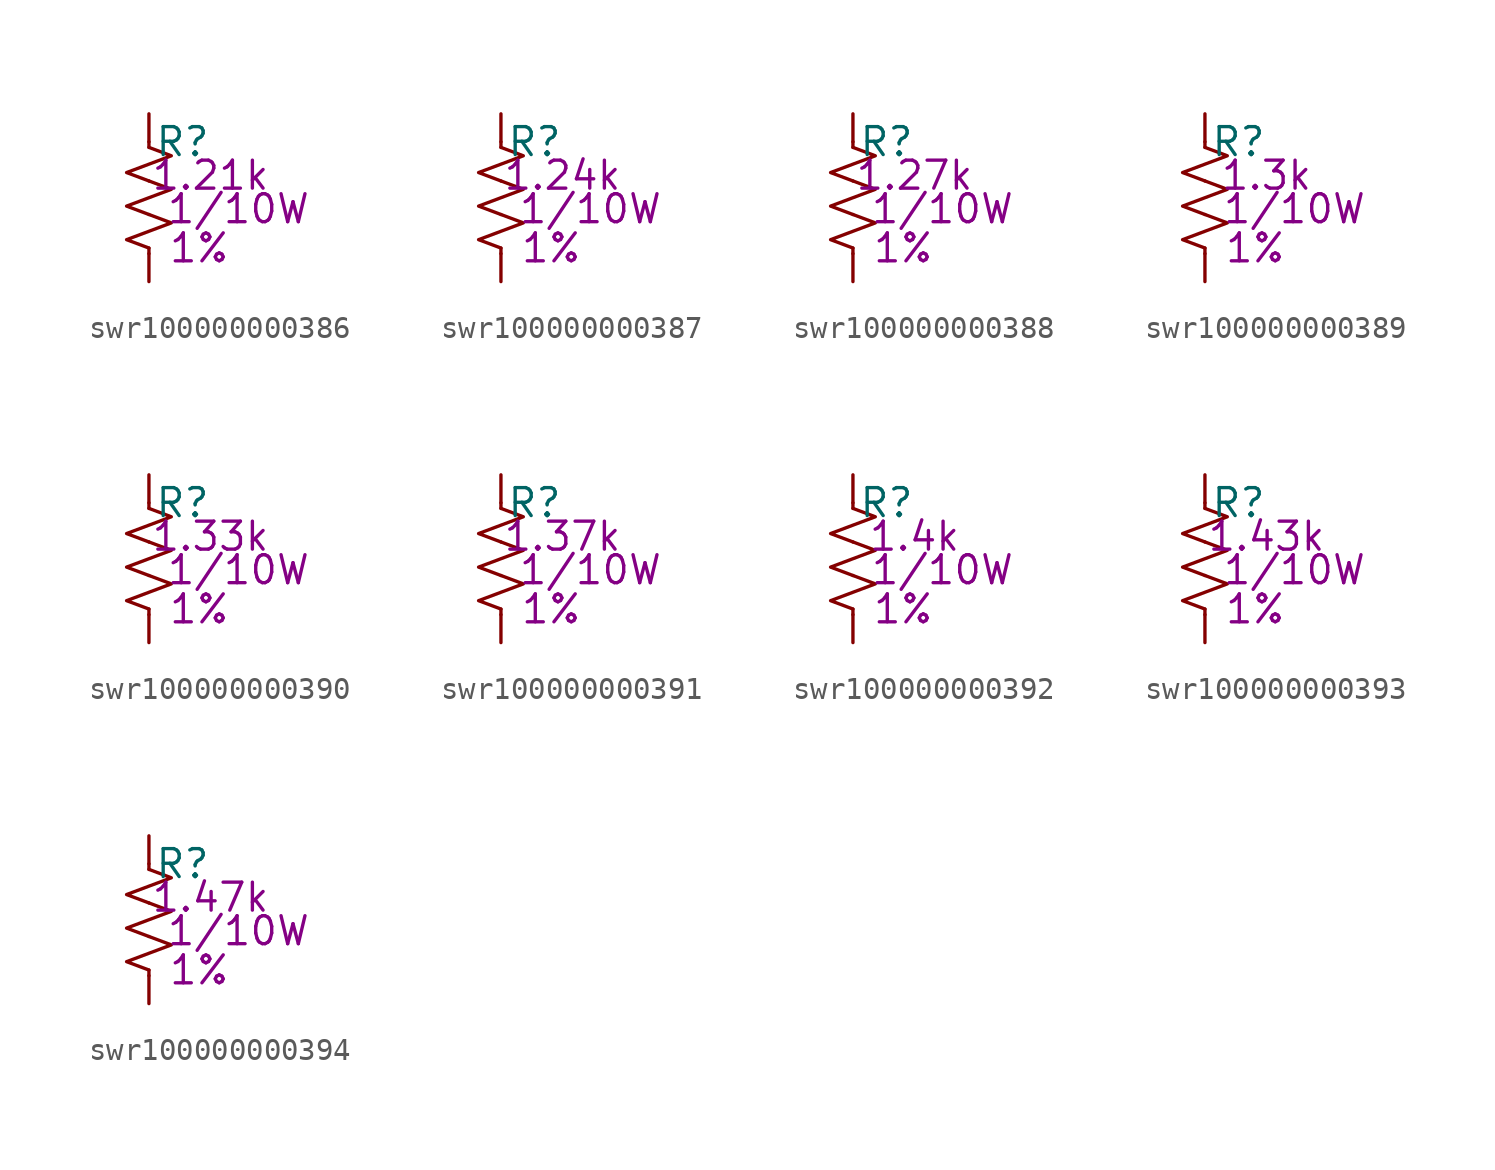
<source format=kicad_sym>
(kicad_symbol_lib
  (version 20211014)
  (generator kicad_symbol_editor)
  (symbol "swr100000000386"
    (pin_numbers hide)
    (pin_names
      (offset 1.016))
    (property "Reference" "R"
      (at 1.524 2.54 0)
      (effects (font (size 1.27 1.27))))
    (property "Tolerance" "1%"
      (at 2.286 -2.286 0)
      (effects (font (size 1.27 1.27))))
    (property "Wattage" "1/10W"
      (at 4.064 -0.508 0)
      (effects (font (size 1.27 1.27))))
    (property "PartValue" "1.21k"
      (at 2.794 1.016 0)
      (effects (font (size 1.27 1.27))))
    (symbol "swr100000000386_1_1"
      (polyline (pts (xy 0 -2.286) (xy 0 -2.54)) (stroke (width 0) (type default) (color 0 0 0 0)) (fill (type none)))
      (polyline (pts (xy 0 2.286) (xy 0 2.54)) (stroke (width 0) (type default) (color 0 0 0 0)) (fill (type none)))
      (polyline (pts (xy 0 -0.762) (xy 1.016 -1.143) (xy 0 -1.524) (xy -1.016 -1.905) (xy 0 -2.286)) (stroke (width 0) (type default) (color 0 0 0 0)) (fill (type none)))
      (polyline (pts (xy 0 0.762) (xy 1.016 0.381) (xy 0 0) (xy -1.016 -0.381) (xy 0 -0.762)) (stroke (width 0) (type default) (color 0 0 0 0)) (fill (type none)))
      (polyline (pts (xy 0 2.286) (xy 1.016 1.905) (xy 0 1.524) (xy -1.016 1.143) (xy 0 0.762)) (stroke (width 0) (type default) (color 0 0 0 0)) (fill (type none)))
      (pin passive line (at 0 3.81 270) (length 1.27) (name "~" (effects (font (size 1.27 1.27)))) (number "1" (effects (font (size 1.27 1.27)))))
      (pin passive line (at 0 -3.81 90) (length 1.27) (name "~" (effects (font (size 1.27 1.27)))) (number "2" (effects (font (size 1.27 1.27)))))))
  (symbol "swr100000000387"
    (pin_numbers hide)
    (pin_names
      (offset 1.016))
    (property "Reference" "R"
      (at 1.524 2.54 0)
      (effects (font (size 1.27 1.27))))
    (property "Tolerance" "1%"
      (at 2.286 -2.286 0)
      (effects (font (size 1.27 1.27))))
    (property "Wattage" "1/10W"
      (at 4.064 -0.508 0)
      (effects (font (size 1.27 1.27))))
    (property "PartValue" "1.24k"
      (at 2.794 1.016 0)
      (effects (font (size 1.27 1.27))))
    (symbol "swr100000000387_1_1"
      (polyline (pts (xy 0 -2.286) (xy 0 -2.54)) (stroke (width 0) (type default) (color 0 0 0 0)) (fill (type none)))
      (polyline (pts (xy 0 2.286) (xy 0 2.54)) (stroke (width 0) (type default) (color 0 0 0 0)) (fill (type none)))
      (polyline (pts (xy 0 -0.762) (xy 1.016 -1.143) (xy 0 -1.524) (xy -1.016 -1.905) (xy 0 -2.286)) (stroke (width 0) (type default) (color 0 0 0 0)) (fill (type none)))
      (polyline (pts (xy 0 0.762) (xy 1.016 0.381) (xy 0 0) (xy -1.016 -0.381) (xy 0 -0.762)) (stroke (width 0) (type default) (color 0 0 0 0)) (fill (type none)))
      (polyline (pts (xy 0 2.286) (xy 1.016 1.905) (xy 0 1.524) (xy -1.016 1.143) (xy 0 0.762)) (stroke (width 0) (type default) (color 0 0 0 0)) (fill (type none)))
      (pin passive line (at 0 3.81 270) (length 1.27) (name "~" (effects (font (size 1.27 1.27)))) (number "1" (effects (font (size 1.27 1.27)))))
      (pin passive line (at 0 -3.81 90) (length 1.27) (name "~" (effects (font (size 1.27 1.27)))) (number "2" (effects (font (size 1.27 1.27)))))))
  (symbol "swr100000000388"
    (pin_numbers hide)
    (pin_names
      (offset 1.016))
    (property "Reference" "R"
      (at 1.524 2.54 0)
      (effects (font (size 1.27 1.27))))
    (property "Tolerance" "1%"
      (at 2.286 -2.286 0)
      (effects (font (size 1.27 1.27))))
    (property "Wattage" "1/10W"
      (at 4.064 -0.508 0)
      (effects (font (size 1.27 1.27))))
    (property "PartValue" "1.27k"
      (at 2.794 1.016 0)
      (effects (font (size 1.27 1.27))))
    (symbol "swr100000000388_1_1"
      (polyline (pts (xy 0 -2.286) (xy 0 -2.54)) (stroke (width 0) (type default) (color 0 0 0 0)) (fill (type none)))
      (polyline (pts (xy 0 2.286) (xy 0 2.54)) (stroke (width 0) (type default) (color 0 0 0 0)) (fill (type none)))
      (polyline (pts (xy 0 -0.762) (xy 1.016 -1.143) (xy 0 -1.524) (xy -1.016 -1.905) (xy 0 -2.286)) (stroke (width 0) (type default) (color 0 0 0 0)) (fill (type none)))
      (polyline (pts (xy 0 0.762) (xy 1.016 0.381) (xy 0 0) (xy -1.016 -0.381) (xy 0 -0.762)) (stroke (width 0) (type default) (color 0 0 0 0)) (fill (type none)))
      (polyline (pts (xy 0 2.286) (xy 1.016 1.905) (xy 0 1.524) (xy -1.016 1.143) (xy 0 0.762)) (stroke (width 0) (type default) (color 0 0 0 0)) (fill (type none)))
      (pin passive line (at 0 3.81 270) (length 1.27) (name "~" (effects (font (size 1.27 1.27)))) (number "1" (effects (font (size 1.27 1.27)))))
      (pin passive line (at 0 -3.81 90) (length 1.27) (name "~" (effects (font (size 1.27 1.27)))) (number "2" (effects (font (size 1.27 1.27)))))))
  (symbol "swr100000000389"
    (pin_numbers hide)
    (pin_names
      (offset 1.016))
    (property "Reference" "R"
      (at 1.524 2.54 0)
      (effects (font (size 1.27 1.27))))
    (property "Tolerance" "1%"
      (at 2.286 -2.286 0)
      (effects (font (size 1.27 1.27))))
    (property "Wattage" "1/10W"
      (at 4.064 -0.508 0)
      (effects (font (size 1.27 1.27))))
    (property "PartValue" "1.3k"
      (at 2.794 1.016 0)
      (effects (font (size 1.27 1.27))))
    (symbol "swr100000000389_1_1"
      (polyline (pts (xy 0 -2.286) (xy 0 -2.54)) (stroke (width 0) (type default) (color 0 0 0 0)) (fill (type none)))
      (polyline (pts (xy 0 2.286) (xy 0 2.54)) (stroke (width 0) (type default) (color 0 0 0 0)) (fill (type none)))
      (polyline (pts (xy 0 -0.762) (xy 1.016 -1.143) (xy 0 -1.524) (xy -1.016 -1.905) (xy 0 -2.286)) (stroke (width 0) (type default) (color 0 0 0 0)) (fill (type none)))
      (polyline (pts (xy 0 0.762) (xy 1.016 0.381) (xy 0 0) (xy -1.016 -0.381) (xy 0 -0.762)) (stroke (width 0) (type default) (color 0 0 0 0)) (fill (type none)))
      (polyline (pts (xy 0 2.286) (xy 1.016 1.905) (xy 0 1.524) (xy -1.016 1.143) (xy 0 0.762)) (stroke (width 0) (type default) (color 0 0 0 0)) (fill (type none)))
      (pin passive line (at 0 3.81 270) (length 1.27) (name "~" (effects (font (size 1.27 1.27)))) (number "1" (effects (font (size 1.27 1.27)))))
      (pin passive line (at 0 -3.81 90) (length 1.27) (name "~" (effects (font (size 1.27 1.27)))) (number "2" (effects (font (size 1.27 1.27)))))))
  (symbol "swr100000000390"
    (pin_numbers hide)
    (pin_names
      (offset 1.016))
    (property "Reference" "R"
      (at 1.524 2.54 0)
      (effects (font (size 1.27 1.27))))
    (property "Tolerance" "1%"
      (at 2.286 -2.286 0)
      (effects (font (size 1.27 1.27))))
    (property "Wattage" "1/10W"
      (at 4.064 -0.508 0)
      (effects (font (size 1.27 1.27))))
    (property "PartValue" "1.33k"
      (at 2.794 1.016 0)
      (effects (font (size 1.27 1.27))))
    (symbol "swr100000000390_1_1"
      (polyline (pts (xy 0 -2.286) (xy 0 -2.54)) (stroke (width 0) (type default) (color 0 0 0 0)) (fill (type none)))
      (polyline (pts (xy 0 2.286) (xy 0 2.54)) (stroke (width 0) (type default) (color 0 0 0 0)) (fill (type none)))
      (polyline (pts (xy 0 -0.762) (xy 1.016 -1.143) (xy 0 -1.524) (xy -1.016 -1.905) (xy 0 -2.286)) (stroke (width 0) (type default) (color 0 0 0 0)) (fill (type none)))
      (polyline (pts (xy 0 0.762) (xy 1.016 0.381) (xy 0 0) (xy -1.016 -0.381) (xy 0 -0.762)) (stroke (width 0) (type default) (color 0 0 0 0)) (fill (type none)))
      (polyline (pts (xy 0 2.286) (xy 1.016 1.905) (xy 0 1.524) (xy -1.016 1.143) (xy 0 0.762)) (stroke (width 0) (type default) (color 0 0 0 0)) (fill (type none)))
      (pin passive line (at 0 3.81 270) (length 1.27) (name "~" (effects (font (size 1.27 1.27)))) (number "1" (effects (font (size 1.27 1.27)))))
      (pin passive line (at 0 -3.81 90) (length 1.27) (name "~" (effects (font (size 1.27 1.27)))) (number "2" (effects (font (size 1.27 1.27)))))))
  (symbol "swr100000000391"
    (pin_numbers hide)
    (pin_names
      (offset 1.016))
    (property "Reference" "R"
      (at 1.524 2.54 0)
      (effects (font (size 1.27 1.27))))
    (property "Tolerance" "1%"
      (at 2.286 -2.286 0)
      (effects (font (size 1.27 1.27))))
    (property "Wattage" "1/10W"
      (at 4.064 -0.508 0)
      (effects (font (size 1.27 1.27))))
    (property "PartValue" "1.37k"
      (at 2.794 1.016 0)
      (effects (font (size 1.27 1.27))))
    (symbol "swr100000000391_1_1"
      (polyline (pts (xy 0 -2.286) (xy 0 -2.54)) (stroke (width 0) (type default) (color 0 0 0 0)) (fill (type none)))
      (polyline (pts (xy 0 2.286) (xy 0 2.54)) (stroke (width 0) (type default) (color 0 0 0 0)) (fill (type none)))
      (polyline (pts (xy 0 -0.762) (xy 1.016 -1.143) (xy 0 -1.524) (xy -1.016 -1.905) (xy 0 -2.286)) (stroke (width 0) (type default) (color 0 0 0 0)) (fill (type none)))
      (polyline (pts (xy 0 0.762) (xy 1.016 0.381) (xy 0 0) (xy -1.016 -0.381) (xy 0 -0.762)) (stroke (width 0) (type default) (color 0 0 0 0)) (fill (type none)))
      (polyline (pts (xy 0 2.286) (xy 1.016 1.905) (xy 0 1.524) (xy -1.016 1.143) (xy 0 0.762)) (stroke (width 0) (type default) (color 0 0 0 0)) (fill (type none)))
      (pin passive line (at 0 3.81 270) (length 1.27) (name "~" (effects (font (size 1.27 1.27)))) (number "1" (effects (font (size 1.27 1.27)))))
      (pin passive line (at 0 -3.81 90) (length 1.27) (name "~" (effects (font (size 1.27 1.27)))) (number "2" (effects (font (size 1.27 1.27)))))))
  (symbol "swr100000000392"
    (pin_numbers hide)
    (pin_names
      (offset 1.016))
    (property "Reference" "R"
      (at 1.524 2.54 0)
      (effects (font (size 1.27 1.27))))
    (property "Tolerance" "1%"
      (at 2.286 -2.286 0)
      (effects (font (size 1.27 1.27))))
    (property "Wattage" "1/10W"
      (at 4.064 -0.508 0)
      (effects (font (size 1.27 1.27))))
    (property "PartValue" "1.4k"
      (at 2.794 1.016 0)
      (effects (font (size 1.27 1.27))))
    (symbol "swr100000000392_1_1"
      (polyline (pts (xy 0 -2.286) (xy 0 -2.54)) (stroke (width 0) (type default) (color 0 0 0 0)) (fill (type none)))
      (polyline (pts (xy 0 2.286) (xy 0 2.54)) (stroke (width 0) (type default) (color 0 0 0 0)) (fill (type none)))
      (polyline (pts (xy 0 -0.762) (xy 1.016 -1.143) (xy 0 -1.524) (xy -1.016 -1.905) (xy 0 -2.286)) (stroke (width 0) (type default) (color 0 0 0 0)) (fill (type none)))
      (polyline (pts (xy 0 0.762) (xy 1.016 0.381) (xy 0 0) (xy -1.016 -0.381) (xy 0 -0.762)) (stroke (width 0) (type default) (color 0 0 0 0)) (fill (type none)))
      (polyline (pts (xy 0 2.286) (xy 1.016 1.905) (xy 0 1.524) (xy -1.016 1.143) (xy 0 0.762)) (stroke (width 0) (type default) (color 0 0 0 0)) (fill (type none)))
      (pin passive line (at 0 3.81 270) (length 1.27) (name "~" (effects (font (size 1.27 1.27)))) (number "1" (effects (font (size 1.27 1.27)))))
      (pin passive line (at 0 -3.81 90) (length 1.27) (name "~" (effects (font (size 1.27 1.27)))) (number "2" (effects (font (size 1.27 1.27)))))))
  (symbol "swr100000000393"
    (pin_numbers hide)
    (pin_names
      (offset 1.016))
    (property "Reference" "R"
      (at 1.524 2.54 0)
      (effects (font (size 1.27 1.27))))
    (property "Tolerance" "1%"
      (at 2.286 -2.286 0)
      (effects (font (size 1.27 1.27))))
    (property "Wattage" "1/10W"
      (at 4.064 -0.508 0)
      (effects (font (size 1.27 1.27))))
    (property "PartValue" "1.43k"
      (at 2.794 1.016 0)
      (effects (font (size 1.27 1.27))))
    (symbol "swr100000000393_1_1"
      (polyline (pts (xy 0 -2.286) (xy 0 -2.54)) (stroke (width 0) (type default) (color 0 0 0 0)) (fill (type none)))
      (polyline (pts (xy 0 2.286) (xy 0 2.54)) (stroke (width 0) (type default) (color 0 0 0 0)) (fill (type none)))
      (polyline (pts (xy 0 -0.762) (xy 1.016 -1.143) (xy 0 -1.524) (xy -1.016 -1.905) (xy 0 -2.286)) (stroke (width 0) (type default) (color 0 0 0 0)) (fill (type none)))
      (polyline (pts (xy 0 0.762) (xy 1.016 0.381) (xy 0 0) (xy -1.016 -0.381) (xy 0 -0.762)) (stroke (width 0) (type default) (color 0 0 0 0)) (fill (type none)))
      (polyline (pts (xy 0 2.286) (xy 1.016 1.905) (xy 0 1.524) (xy -1.016 1.143) (xy 0 0.762)) (stroke (width 0) (type default) (color 0 0 0 0)) (fill (type none)))
      (pin passive line (at 0 3.81 270) (length 1.27) (name "~" (effects (font (size 1.27 1.27)))) (number "1" (effects (font (size 1.27 1.27)))))
      (pin passive line (at 0 -3.81 90) (length 1.27) (name "~" (effects (font (size 1.27 1.27)))) (number "2" (effects (font (size 1.27 1.27)))))))
  (symbol "swr100000000394"
    (pin_numbers hide)
    (pin_names
      (offset 1.016))
    (property "Reference" "R"
      (at 1.524 2.54 0)
      (effects (font (size 1.27 1.27))))
    (property "Tolerance" "1%"
      (at 2.286 -2.286 0)
      (effects (font (size 1.27 1.27))))
    (property "Wattage" "1/10W"
      (at 4.064 -0.508 0)
      (effects (font (size 1.27 1.27))))
    (property "PartValue" "1.47k"
      (at 2.794 1.016 0)
      (effects (font (size 1.27 1.27))))
    (symbol "swr100000000394_1_1"
      (polyline (pts (xy 0 -2.286) (xy 0 -2.54)) (stroke (width 0) (type default) (color 0 0 0 0)) (fill (type none)))
      (polyline (pts (xy 0 2.286) (xy 0 2.54)) (stroke (width 0) (type default) (color 0 0 0 0)) (fill (type none)))
      (polyline (pts (xy 0 -0.762) (xy 1.016 -1.143) (xy 0 -1.524) (xy -1.016 -1.905) (xy 0 -2.286)) (stroke (width 0) (type default) (color 0 0 0 0)) (fill (type none)))
      (polyline (pts (xy 0 0.762) (xy 1.016 0.381) (xy 0 0) (xy -1.016 -0.381) (xy 0 -0.762)) (stroke (width 0) (type default) (color 0 0 0 0)) (fill (type none)))
      (polyline (pts (xy 0 2.286) (xy 1.016 1.905) (xy 0 1.524) (xy -1.016 1.143) (xy 0 0.762)) (stroke (width 0) (type default) (color 0 0 0 0)) (fill (type none)))
      (pin passive line (at 0 3.81 270) (length 1.27) (name "~" (effects (font (size 1.27 1.27)))) (number "1" (effects (font (size 1.27 1.27)))))
      (pin passive line (at 0 -3.81 90) (length 1.27) (name "~" (effects (font (size 1.27 1.27)))) (number "2" (effects (font (size 1.27 1.27))))))))
</source>
